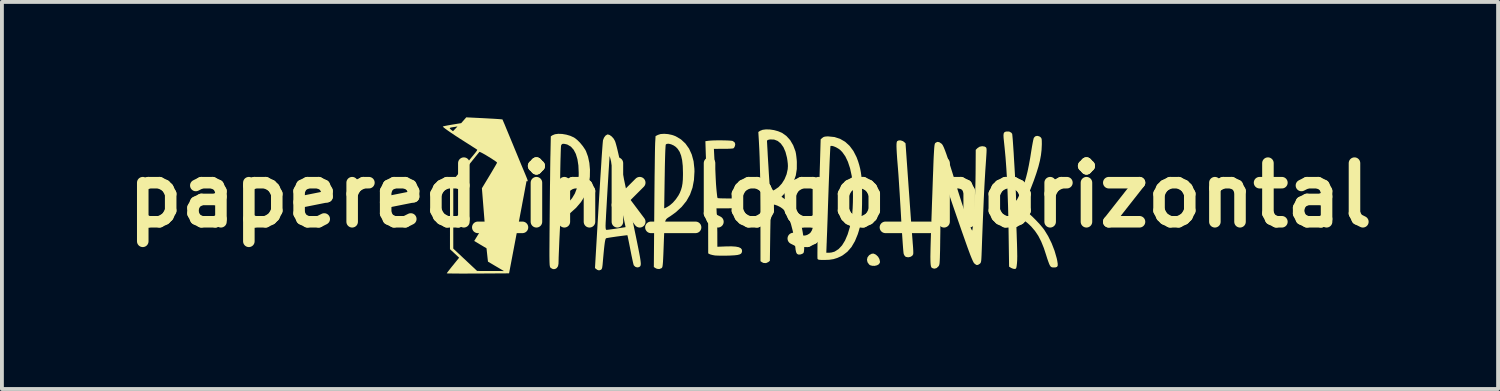
<source format=kicad_pcb>
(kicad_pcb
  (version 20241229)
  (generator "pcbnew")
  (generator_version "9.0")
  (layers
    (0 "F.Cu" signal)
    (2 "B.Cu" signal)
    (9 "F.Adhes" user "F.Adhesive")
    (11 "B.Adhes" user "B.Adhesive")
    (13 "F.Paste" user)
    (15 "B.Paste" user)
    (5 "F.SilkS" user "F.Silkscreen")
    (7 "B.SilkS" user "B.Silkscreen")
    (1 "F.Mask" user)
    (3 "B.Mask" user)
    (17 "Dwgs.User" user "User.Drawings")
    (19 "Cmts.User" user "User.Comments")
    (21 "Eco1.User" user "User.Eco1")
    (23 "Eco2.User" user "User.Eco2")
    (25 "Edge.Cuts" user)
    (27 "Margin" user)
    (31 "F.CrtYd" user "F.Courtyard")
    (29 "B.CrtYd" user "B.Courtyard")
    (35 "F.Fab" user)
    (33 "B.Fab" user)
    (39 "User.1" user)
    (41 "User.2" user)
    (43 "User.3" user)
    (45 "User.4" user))
  (footprint "papered_ink_logo_horizontal"
    (layer "F.Cu")
    (at 16.445 2.025)
    (property "Reference" "papered_ink_logo_horizontal" (at 0 0 0) (layer "F.SilkS") (effects (font (size 1.524 1.524) (thickness 0.3))))
    (attr through_hole)
    (fp_poly (pts (xy 3.257 1.536) (xy 3.28 1.551) (xy 3.329 1.598) (xy 3.363 1.659) (xy 3.378 1.722) (xy 3.375 1.755) (xy 3.349 1.793) (xy 3.301 1.821) (xy 3.24 1.835) (xy 3.177 1.834) (xy 3.12 1.818) (xy 3.096 1.8) (xy 3.054 1.742) (xy 3.04 1.677) (xy 3.054 1.613) (xy 3.095 1.56) (xy 3.107 1.551) (xy 3.162 1.521) (xy 3.208 1.516)) (stroke (width 0) (type solid)) (fill yes) (layer "F.SilkS"))
    (fp_poly (pts (xy 3.919 -1.425) (xy 3.973 -1.407) (xy 3.999 -1.389) (xy 4.042 -1.351) (xy 4.128 -0.136) (xy 4.143 0.07) (xy 4.157 0.271) (xy 4.171 0.464) (xy 4.184 0.645) (xy 4.196 0.811) (xy 4.207 0.958) (xy 4.217 1.084) (xy 4.225 1.184) (xy 4.23 1.256) (xy 4.233 1.286) (xy 4.239 1.37) (xy 4.243 1.445) (xy 4.244 1.502) (xy 4.241 1.534) (xy 4.216 1.574) (xy 4.168 1.602) (xy 4.111 1.613) (xy 4.055 1.603) (xy 4.041 1.596) (xy 4.016 1.569) (xy 3.995 1.527) (xy 3.995 1.525) (xy 3.99 1.498) (xy 3.984 1.44) (xy 3.977 1.355) (xy 3.969 1.246) (xy 3.96 1.116) (xy 3.95 0.97) (xy 3.94 0.809) (xy 3.93 0.637) (xy 3.925 0.544) (xy 3.914 0.354) (xy 3.902 0.161) (xy 3.891 -0.029) (xy 3.879 -0.211) (xy 3.868 -0.381) (xy 3.858 -0.533) (xy 3.848 -0.662) (xy 3.84 -0.763) (xy 3.839 -0.776) (xy 3.825 -0.944) (xy 3.816 -1.081) (xy 3.81 -1.19) (xy 3.807 -1.273) (xy 3.808 -1.335) (xy 3.813 -1.376) (xy 3.822 -1.401) (xy 3.826 -1.407) (xy 3.866 -1.425)) (stroke (width 0) (type solid)) (fill yes) (layer "F.SilkS"))
    (fp_poly (pts (xy -2.128 -1.589) (xy -2.025 -1.567) (xy -1.932 -1.533) (xy -1.794 -1.451) (xy -1.678 -1.343) (xy -1.584 -1.211) (xy -1.514 -1.057) (xy -1.467 -0.883) (xy -1.446 -0.689) (xy -1.444 -0.619) (xy -1.457 -0.397) (xy -1.495 -0.197) (xy -1.56 -0.015) (xy -1.653 0.15) (xy -1.776 0.302) (xy -1.929 0.442) (xy -2.075 0.547) (xy -2.112 0.57) (xy -2.142 0.59) (xy -2.166 0.61) (xy -2.185 0.633) (xy -2.199 0.664) (xy -2.21 0.705) (xy -2.218 0.76) (xy -2.224 0.834) (xy -2.229 0.929) (xy -2.234 1.05) (xy -2.24 1.2) (xy -2.242 1.257) (xy -2.248 1.418) (xy -2.253 1.547) (xy -2.258 1.65) (xy -2.262 1.729) (xy -2.267 1.788) (xy -2.272 1.829) (xy -2.277 1.858) (xy -2.284 1.876) (xy -2.292 1.887) (xy -2.301 1.896) (xy -2.303 1.897) (xy -2.358 1.918) (xy -2.419 1.912) (xy -2.461 1.892) (xy -2.5 1.865) (xy -2.488 0.351) (xy -2.488 0.341) (xy -2.231 0.341) (xy -2.195 0.327) (xy -2.162 0.31) (xy -2.114 0.281) (xy -2.084 0.261) (xy -2.004 0.192) (xy -1.926 0.102) (xy -1.86 0.005) (xy -1.826 -0.059) (xy -1.793 -0.141) (xy -1.77 -0.221) (xy -1.755 -0.306) (xy -1.746 -0.406) (xy -1.743 -0.527) (xy -1.743 -0.586) (xy -1.748 -0.762) (xy -1.764 -0.909) (xy -1.791 -1.029) (xy -1.829 -1.128) (xy -1.881 -1.207) (xy -1.927 -1.254) (xy -1.986 -1.295) (xy -2.051 -1.324) (xy -2.112 -1.339) (xy -2.162 -1.336) (xy -2.188 -1.321) (xy -2.193 -1.299) (xy -2.197 -1.244) (xy -2.202 -1.157) (xy -2.206 -1.041) (xy -2.21 -0.896) (xy -2.214 -0.724) (xy -2.217 -0.526) (xy -2.218 -0.48) (xy -2.231 0.341) (xy -2.488 0.341) (xy -2.486 0.122) (xy -2.484 -0.101) (xy -2.482 -0.314) (xy -2.48 -0.516) (xy -2.477 -0.702) (xy -2.475 -0.872) (xy -2.473 -1.02) (xy -2.471 -1.146) (xy -2.469 -1.246) (xy -2.467 -1.316) (xy -2.466 -1.351) (xy -2.455 -1.538) (xy -2.396 -1.568) (xy -2.324 -1.591) (xy -2.231 -1.597)) (stroke (width 0) (type solid)) (fill yes) (layer "F.SilkS"))
    (fp_poly (pts (xy -0.666 -1.426) (xy -0.58 -1.423) (xy -0.511 -1.419) (xy -0.464 -1.414) (xy -0.452 -1.411) (xy -0.403 -1.378) (xy -0.384 -1.33) (xy -0.392 -1.28) (xy -0.411 -1.241) (xy -0.43 -1.22) (xy -0.454 -1.215) (xy -0.504 -1.211) (xy -0.576 -1.208) (xy -0.661 -1.207) (xy -0.695 -1.207) (xy -0.939 -1.206) (xy -0.928 -0.99) (xy -0.918 -0.802) (xy -0.907 -0.625) (xy -0.897 -0.462) (xy -0.886 -0.315) (xy -0.876 -0.187) (xy -0.866 -0.082) (xy -0.857 -0.001) (xy -0.85 0.051) (xy -0.843 0.072) (xy -0.843 0.072) (xy -0.82 0.077) (xy -0.77 0.08) (xy -0.698 0.082) (xy -0.613 0.083) (xy -0.576 0.083) (xy -0.467 0.083) (xy -0.386 0.086) (xy -0.328 0.093) (xy -0.288 0.106) (xy -0.259 0.126) (xy -0.238 0.155) (xy -0.228 0.172) (xy -0.21 0.232) (xy -0.219 0.284) (xy -0.255 0.319) (xy -0.265 0.323) (xy -0.296 0.329) (xy -0.354 0.334) (xy -0.433 0.337) (xy -0.526 0.339) (xy -0.59 0.34) (xy -0.872 0.34) (xy -0.861 0.582) (xy -0.856 0.695) (xy -0.853 0.827) (xy -0.85 0.96) (xy -0.85 1.079) (xy -0.85 1.082) (xy -0.849 1.339) (xy -0.624 1.33) (xy -0.483 1.328) (xy -0.372 1.335) (xy -0.291 1.351) (xy -0.238 1.378) (xy -0.211 1.415) (xy -0.207 1.457) (xy -0.216 1.492) (xy -0.235 1.519) (xy -0.27 1.538) (xy -0.324 1.552) (xy -0.402 1.561) (xy -0.507 1.567) (xy -0.561 1.569) (xy -0.661 1.571) (xy -0.757 1.571) (xy -0.84 1.569) (xy -0.902 1.566) (xy -0.918 1.564) (xy -0.978 1.553) (xy -1.029 1.539) (xy -1.05 1.531) (xy -1.087 1.511) (xy -1.088 0.853) (xy -1.089 0.682) (xy -1.091 0.501) (xy -1.094 0.318) (xy -1.098 0.139) (xy -1.103 -0.026) (xy -1.109 -0.17) (xy -1.113 -0.251) (xy -1.12 -0.397) (xy -1.128 -0.556) (xy -1.135 -0.717) (xy -1.142 -0.87) (xy -1.147 -1.004) (xy -1.149 -1.051) (xy -1.16 -1.405) (xy -1.079 -1.416) (xy -1.023 -1.421) (xy -0.946 -1.425) (xy -0.856 -1.427) (xy -0.76 -1.427)) (stroke (width 0) (type solid)) (fill yes) (layer "F.SilkS"))
    (fp_poly (pts (xy -4.881 -1.593) (xy -4.775 -1.575) (xy -4.672 -1.545) (xy -4.58 -1.503) (xy -4.575 -1.501) (xy -4.5 -1.445) (xy -4.421 -1.368) (xy -4.347 -1.278) (xy -4.285 -1.186) (xy -4.264 -1.147) (xy -4.211 -1.003) (xy -4.176 -0.84) (xy -4.16 -0.663) (xy -4.163 -0.482) (xy -4.184 -0.305) (xy -4.224 -0.144) (xy -4.294 0.019) (xy -4.394 0.178) (xy -4.521 0.327) (xy -4.672 0.462) (xy -4.783 0.543) (xy -4.919 0.632) (xy -4.931 0.728) (xy -4.934 0.767) (xy -4.939 0.835) (xy -4.944 0.925) (xy -4.949 1.032) (xy -4.955 1.15) (xy -4.96 1.274) (xy -4.965 1.397) (xy -4.97 1.514) (xy -4.974 1.62) (xy -4.976 1.708) (xy -4.978 1.773) (xy -4.978 1.78) (xy -4.991 1.845) (xy -5.024 1.893) (xy -5.07 1.919) (xy -5.123 1.92) (xy -5.175 1.892) (xy -5.183 1.885) (xy -5.19 1.878) (xy -5.195 1.869) (xy -5.2 1.856) (xy -5.204 1.837) (xy -5.208 1.809) (xy -5.21 1.77) (xy -5.212 1.717) (xy -5.213 1.649) (xy -5.214 1.561) (xy -5.214 1.453) (xy -5.213 1.322) (xy -5.212 1.165) (xy -5.211 0.98) (xy -5.209 0.765) (xy -5.208 0.657) (xy -5.206 0.442) (xy -5.205 0.339) (xy -4.948 0.339) (xy -4.891 0.32) (xy -4.853 0.299) (xy -4.801 0.26) (xy -4.744 0.21) (xy -4.722 0.188) (xy -4.625 0.076) (xy -4.552 -0.046) (xy -4.5 -0.183) (xy -4.468 -0.34) (xy -4.453 -0.52) (xy -4.453 -0.586) (xy -4.461 -0.773) (xy -4.486 -0.936) (xy -4.527 -1.073) (xy -4.584 -1.182) (xy -4.656 -1.263) (xy -4.743 -1.315) (xy -4.774 -1.325) (xy -4.839 -1.338) (xy -4.88 -1.334) (xy -4.903 -1.311) (xy -4.911 -1.29) (xy -4.914 -1.264) (xy -4.917 -1.208) (xy -4.92 -1.125) (xy -4.923 -1.019) (xy -4.927 -0.893) (xy -4.93 -0.751) (xy -4.933 -0.597) (xy -4.935 -0.453) (xy -4.948 0.339) (xy -5.205 0.339) (xy -5.204 0.224) (xy -5.202 0.008) (xy -5.2 -0.202) (xy -5.197 -0.402) (xy -5.195 -0.587) (xy -5.193 -0.753) (xy -5.191 -0.894) (xy -5.189 -1.008) (xy -5.188 -1.033) (xy -5.178 -1.531) (xy -5.134 -1.56) (xy -5.069 -1.586) (xy -4.981 -1.597)) (stroke (width 0) (type solid)) (fill yes) (layer "F.SilkS"))
    (fp_poly (pts (xy 2.196 -1.513) (xy 2.341 -1.466) (xy 2.472 -1.39) (xy 2.588 -1.284) (xy 2.687 -1.151) (xy 2.769 -0.991) (xy 2.809 -0.883) (xy 2.839 -0.785) (xy 2.863 -0.691) (xy 2.881 -0.596) (xy 2.895 -0.496) (xy 2.904 -0.383) (xy 2.91 -0.253) (xy 2.913 -0.099) (xy 2.913 0.051) (xy 2.912 0.232) (xy 2.908 0.384) (xy 2.902 0.514) (xy 2.891 0.626) (xy 2.876 0.727) (xy 2.857 0.822) (xy 2.831 0.916) (xy 2.802 1.01) (xy 2.727 1.193) (xy 2.637 1.346) (xy 2.53 1.469) (xy 2.408 1.562) (xy 2.377 1.579) (xy 2.273 1.628) (xy 2.171 1.66) (xy 2.061 1.677) (xy 1.932 1.682) (xy 1.853 1.681) (xy 1.802 1.678) (xy 1.772 1.671) (xy 1.758 1.659) (xy 1.755 1.655) (xy 1.753 1.631) (xy 1.752 1.576) (xy 1.752 1.495) (xy 1.752 1.495) (xy 1.983 1.495) (xy 2.057 1.495) (xy 2.122 1.487) (xy 2.19 1.468) (xy 2.204 1.462) (xy 2.303 1.398) (xy 2.392 1.303) (xy 2.47 1.176) (xy 2.538 1.017) (xy 2.595 0.827) (xy 2.64 0.607) (xy 2.644 0.586) (xy 2.658 0.471) (xy 2.668 0.334) (xy 2.674 0.182) (xy 2.676 0.023) (xy 2.674 -0.134) (xy 2.667 -0.282) (xy 2.656 -0.411) (xy 2.644 -0.501) (xy 2.6 -0.702) (xy 2.544 -0.871) (xy 2.477 -1.011) (xy 2.398 -1.122) (xy 2.348 -1.173) (xy 2.296 -1.212) (xy 2.238 -1.245) (xy 2.18 -1.27) (xy 2.131 -1.283) (xy 2.098 -1.282) (xy 2.091 -1.277) (xy 2.089 -1.257) (xy 2.085 -1.206) (xy 2.081 -1.127) (xy 2.076 -1.023) (xy 2.07 -0.896) (xy 2.064 -0.749) (xy 2.058 -0.585) (xy 2.051 -0.408) (xy 2.044 -0.219) (xy 2.041 -0.132) (xy 2.034 0.069) (xy 2.027 0.266) (xy 2.021 0.455) (xy 2.015 0.634) (xy 2.009 0.798) (xy 2.004 0.944) (xy 1.999 1.067) (xy 1.995 1.165) (xy 1.993 1.234) (xy 1.992 1.245) (xy 1.983 1.495) (xy 1.752 1.495) (xy 1.753 1.391) (xy 1.754 1.267) (xy 1.757 1.127) (xy 1.76 0.974) (xy 1.764 0.813) (xy 1.769 0.646) (xy 1.775 0.478) (xy 1.78 0.311) (xy 1.784 0.204) (xy 1.789 0.088) (xy 1.794 -0.055) (xy 1.799 -0.216) (xy 1.805 -0.388) (xy 1.81 -0.564) (xy 1.815 -0.735) (xy 1.818 -0.824) (xy 1.836 -1.453) (xy 1.879 -1.491) (xy 1.909 -1.512) (xy 1.946 -1.524) (xy 2 -1.529) (xy 2.038 -1.529)) (stroke (width 0) (type solid)) (fill yes) (layer "F.SilkS"))
    (fp_poly (pts (xy 0.517 -1.709) (xy 0.625 -1.693) (xy 0.73 -1.664) (xy 0.826 -1.624) (xy 0.836 -1.619) (xy 0.947 -1.539) (xy 1.044 -1.432) (xy 1.122 -1.299) (xy 1.18 -1.145) (xy 1.183 -1.133) (xy 1.195 -1.077) (xy 1.205 -1) (xy 1.214 -0.914) (xy 1.217 -0.866) (xy 1.216 -0.68) (xy 1.19 -0.515) (xy 1.138 -0.366) (xy 1.059 -0.229) (xy 0.95 -0.099) (xy 0.939 -0.088) (xy 0.888 -0.036) (xy 0.848 0.006) (xy 0.824 0.033) (xy 0.819 0.041) (xy 0.96 0.14) (xy 1.079 0.257) (xy 1.177 0.394) (xy 1.258 0.556) (xy 1.322 0.746) (xy 1.324 0.752) (xy 1.349 0.853) (xy 1.37 0.963) (xy 1.387 1.078) (xy 1.399 1.19) (xy 1.406 1.294) (xy 1.408 1.383) (xy 1.403 1.453) (xy 1.392 1.496) (xy 1.389 1.501) (xy 1.358 1.523) (xy 1.312 1.539) (xy 1.307 1.54) (xy 1.256 1.541) (xy 1.221 1.523) (xy 1.199 1.482) (xy 1.184 1.412) (xy 1.181 1.381) (xy 1.151 1.144) (xy 1.112 0.932) (xy 1.064 0.747) (xy 1.007 0.59) (xy 0.942 0.463) (xy 0.891 0.393) (xy 0.842 0.346) (xy 0.78 0.304) (xy 0.714 0.271) (xy 0.65 0.248) (xy 0.596 0.24) (xy 0.559 0.249) (xy 0.55 0.258) (xy 0.547 0.279) (xy 0.544 0.331) (xy 0.54 0.409) (xy 0.537 0.51) (xy 0.533 0.631) (xy 0.53 0.767) (xy 0.527 0.916) (xy 0.526 0.992) (xy 0.516 1.704) (xy 0.477 1.736) (xy 0.418 1.763) (xy 0.354 1.761) (xy 0.31 1.741) (xy 0.272 1.714) (xy 0.271 0.64) (xy 0.271 0.303) (xy 0.269 -0.003) (xy 0.266 -0.282) (xy 0.262 -0.536) (xy 0.256 -0.769) (xy 0.25 -0.985) (xy 0.242 -1.185) (xy 0.232 -1.375) (xy 0.23 -1.412) (xy 0.441 -1.412) (xy 0.442 -1.389) (xy 0.445 -1.337) (xy 0.449 -1.258) (xy 0.455 -1.157) (xy 0.461 -1.038) (xy 0.469 -0.904) (xy 0.478 -0.76) (xy 0.479 -0.743) (xy 0.489 -0.572) (xy 0.498 -0.432) (xy 0.506 -0.32) (xy 0.513 -0.235) (xy 0.52 -0.173) (xy 0.526 -0.132) (xy 0.533 -0.109) (xy 0.539 -0.102) (xy 0.539 -0.102) (xy 0.566 -0.109) (xy 0.611 -0.128) (xy 0.644 -0.144) (xy 0.742 -0.211) (xy 0.828 -0.305) (xy 0.899 -0.419) (xy 0.951 -0.546) (xy 0.98 -0.679) (xy 0.985 -0.759) (xy 0.982 -0.821) (xy 0.973 -0.899) (xy 0.961 -0.976) (xy 0.922 -1.126) (xy 0.868 -1.25) (xy 0.8 -1.345) (xy 0.72 -1.411) (xy 0.628 -1.447) (xy 0.526 -1.451) (xy 0.516 -1.45) (xy 0.464 -1.438) (xy 0.443 -1.42) (xy 0.441 -1.412) (xy 0.23 -1.412) (xy 0.228 -1.446) (xy 0.216 -1.644) (xy 0.263 -1.675) (xy 0.328 -1.701) (xy 0.416 -1.712)) (stroke (width 0) (type solid)) (fill yes) (layer "F.SilkS"))
    (fp_poly (pts (xy 6.736 -1.656) (xy 6.79 -1.627) (xy 6.814 -1.596) (xy 6.817 -1.574) (xy 6.822 -1.523) (xy 6.829 -1.445) (xy 6.836 -1.346) (xy 6.844 -1.228) (xy 6.853 -1.096) (xy 6.861 -0.954) (xy 6.87 -0.805) (xy 6.879 -0.654) (xy 6.888 -0.505) (xy 6.895 -0.361) (xy 6.902 -0.227) (xy 6.908 -0.106) (xy 6.912 -0.002) (xy 6.915 0.08) (xy 6.915 0.102) (xy 6.917 0.131) (xy 6.921 0.14) (xy 6.933 0.127) (xy 6.954 0.088) (xy 6.973 0.051) (xy 7.034 -0.075) (xy 7.087 -0.199) (xy 7.134 -0.326) (xy 7.175 -0.463) (xy 7.213 -0.613) (xy 7.248 -0.782) (xy 7.283 -0.975) (xy 7.314 -1.17) (xy 7.33 -1.267) (xy 7.346 -1.355) (xy 7.36 -1.427) (xy 7.372 -1.476) (xy 7.378 -1.493) (xy 7.412 -1.53) (xy 7.462 -1.544) (xy 7.516 -1.532) (xy 7.545 -1.514) (xy 7.563 -1.497) (xy 7.575 -1.477) (xy 7.582 -1.447) (xy 7.584 -1.399) (xy 7.585 -1.327) (xy 7.584 -1.305) (xy 7.578 -1.176) (xy 7.562 -1.041) (xy 7.535 -0.898) (xy 7.496 -0.743) (xy 7.443 -0.572) (xy 7.377 -0.382) (xy 7.295 -0.169) (xy 7.21 0.04) (xy 7.171 0.134) (xy 7.138 0.217) (xy 7.111 0.283) (xy 7.094 0.328) (xy 7.088 0.347) (xy 7.088 0.347) (xy 7.16 0.399) (xy 7.246 0.471) (xy 7.34 0.557) (xy 7.435 0.652) (xy 7.524 0.747) (xy 7.601 0.838) (xy 7.649 0.9) (xy 7.749 1.063) (xy 7.84 1.248) (xy 7.916 1.444) (xy 7.972 1.639) (xy 7.986 1.705) (xy 7.998 1.782) (xy 7.997 1.833) (xy 7.978 1.862) (xy 7.941 1.875) (xy 7.899 1.877) (xy 7.85 1.874) (xy 7.82 1.859) (xy 7.795 1.825) (xy 7.793 1.822) (xy 7.775 1.783) (xy 7.752 1.721) (xy 7.725 1.644) (xy 7.702 1.57) (xy 7.637 1.371) (xy 7.568 1.201) (xy 7.493 1.055) (xy 7.408 0.929) (xy 7.312 0.816) (xy 7.258 0.763) (xy 7.205 0.716) (xy 7.144 0.668) (xy 7.079 0.622) (xy 7.018 0.581) (xy 6.967 0.551) (xy 6.932 0.535) (xy 6.919 0.534) (xy 6.918 0.552) (xy 6.918 0.6) (xy 6.92 0.674) (xy 6.922 0.769) (xy 6.926 0.882) (xy 6.931 1.008) (xy 6.933 1.082) (xy 6.94 1.281) (xy 6.944 1.45) (xy 6.946 1.588) (xy 6.944 1.694) (xy 6.939 1.767) (xy 6.931 1.837) (xy 6.923 1.88) (xy 6.913 1.903) (xy 6.898 1.913) (xy 6.881 1.916) (xy 6.838 1.91) (xy 6.789 1.89) (xy 6.786 1.888) (xy 6.734 1.856) (xy 6.722 1.034) (xy 6.716 0.629) (xy 6.706 0.255) (xy 6.694 -0.09) (xy 6.68 -0.409) (xy 6.662 -0.704) (xy 6.642 -0.977) (xy 6.618 -1.232) (xy 6.601 -1.393) (xy 6.591 -1.49) (xy 6.588 -1.558) (xy 6.593 -1.604) (xy 6.608 -1.633) (xy 6.634 -1.649) (xy 6.667 -1.657)) (stroke (width 0) (type solid)) (fill yes) (layer "F.SilkS"))
    (fp_poly (pts (xy -3.649 -1.566) (xy -3.597 -1.529) (xy -3.549 -1.477) (xy -3.514 -1.417) (xy -3.51 -1.409) (xy -3.498 -1.376) (xy -3.484 -1.329) (xy -3.467 -1.266) (xy -3.447 -1.186) (xy -3.424 -1.088) (xy -3.397 -0.97) (xy -3.366 -0.83) (xy -3.33 -0.668) (xy -3.29 -0.481) (xy -3.245 -0.268) (xy -3.194 -0.027) (xy -3.138 0.242) (xy -3.076 0.541) (xy -3.008 0.871) (xy -2.966 1.073) (xy -2.931 1.244) (xy -2.902 1.388) (xy -2.879 1.506) (xy -2.861 1.602) (xy -2.849 1.678) (xy -2.842 1.736) (xy -2.839 1.779) (xy -2.841 1.81) (xy -2.847 1.832) (xy -2.856 1.847) (xy -2.869 1.858) (xy -2.885 1.867) (xy -2.888 1.869) (xy -2.934 1.876) (xy -2.982 1.86) (xy -3.019 1.824) (xy -3.024 1.814) (xy -3.032 1.786) (xy -3.045 1.731) (xy -3.062 1.653) (xy -3.082 1.558) (xy -3.103 1.451) (xy -3.111 1.41) (xy -3.132 1.303) (xy -3.151 1.208) (xy -3.167 1.13) (xy -3.179 1.073) (xy -3.186 1.043) (xy -3.187 1.039) (xy -3.204 1.04) (xy -3.248 1.045) (xy -3.311 1.053) (xy -3.388 1.063) (xy -3.471 1.074) (xy -3.553 1.086) (xy -3.628 1.097) (xy -3.688 1.107) (xy -3.727 1.114) (xy -3.731 1.115) (xy -3.742 1.12) (xy -3.751 1.131) (xy -3.759 1.152) (xy -3.767 1.185) (xy -3.775 1.233) (xy -3.784 1.3) (xy -3.794 1.389) (xy -3.805 1.502) (xy -3.818 1.643) (xy -3.833 1.814) (xy -3.842 1.879) (xy -3.855 1.918) (xy -3.874 1.937) (xy -3.925 1.953) (xy -3.971 1.939) (xy -3.992 1.923) (xy -4.03 1.893) (xy -3.965 0.792) (xy -3.755 0.792) (xy -3.753 0.854) (xy -3.746 0.888) (xy -3.734 0.9) (xy -3.73 0.9) (xy -3.705 0.898) (xy -3.653 0.892) (xy -3.582 0.882) (xy -3.497 0.87) (xy -3.472 0.866) (xy -3.388 0.853) (xy -3.316 0.842) (xy -3.264 0.834) (xy -3.237 0.829) (xy -3.235 0.828) (xy -3.238 0.811) (xy -3.248 0.764) (xy -3.264 0.69) (xy -3.285 0.591) (xy -3.311 0.472) (xy -3.341 0.334) (xy -3.374 0.18) (xy -3.411 0.014) (xy -3.438 -0.11) (xy -3.476 -0.281) (xy -3.512 -0.442) (xy -3.545 -0.589) (xy -3.575 -0.719) (xy -3.6 -0.829) (xy -3.621 -0.917) (xy -3.637 -0.979) (xy -3.646 -1.013) (xy -3.648 -1.019) (xy -3.651 -0.993) (xy -3.655 -0.937) (xy -3.661 -0.855) (xy -3.667 -0.751) (xy -3.675 -0.629) (xy -3.683 -0.492) (xy -3.692 -0.346) (xy -3.701 -0.194) (xy -3.71 -0.04) (xy -3.719 0.113) (xy -3.727 0.26) (xy -3.735 0.396) (xy -3.742 0.52) (xy -3.747 0.625) (xy -3.752 0.709) (xy -3.754 0.767) (xy -3.755 0.792) (xy -3.965 0.792) (xy -3.934 0.263) (xy -3.92 0.029) (xy -3.906 -0.196) (xy -3.893 -0.409) (xy -3.88 -0.609) (xy -3.868 -0.793) (xy -3.858 -0.959) (xy -3.848 -1.104) (xy -3.839 -1.225) (xy -3.832 -1.32) (xy -3.826 -1.388) (xy -3.822 -1.424) (xy -3.822 -1.429) (xy -3.795 -1.497) (xy -3.757 -1.549) (xy -3.713 -1.577) (xy -3.695 -1.58)) (stroke (width 0) (type solid)) (fill yes) (layer "F.SilkS"))
    (fp_poly (pts (xy -6.908 -2.002) (xy -6.785 -1.995) (xy -6.674 -1.989) (xy -6.58 -1.983) (xy -6.505 -1.978) (xy -6.455 -1.973) (xy -6.435 -1.97) (xy -6.434 -1.97) (xy -6.427 -1.953) (xy -6.408 -1.908) (xy -6.378 -1.839) (xy -6.341 -1.748) (xy -6.296 -1.64) (xy -6.245 -1.517) (xy -6.19 -1.384) (xy -6.176 -1.351) (xy -6.117 -1.207) (xy -6.058 -1.065) (xy -6.003 -0.931) (xy -5.953 -0.81) (xy -5.909 -0.705) (xy -5.874 -0.622) (xy -5.851 -0.566) (xy -5.85 -0.565) (xy -5.814 -0.477) (xy -5.79 -0.416) (xy -5.779 -0.379) (xy -5.78 -0.363) (xy -5.791 -0.364) (xy -5.794 -0.365) (xy -5.81 -0.366) (xy -5.811 -0.362) (xy -5.814 -0.343) (xy -5.823 -0.294) (xy -5.838 -0.217) (xy -5.857 -0.114) (xy -5.88 0.011) (xy -5.908 0.156) (xy -5.938 0.318) (xy -5.972 0.495) (xy -6.007 0.684) (xy -6.037 0.841) (xy -6.263 2.03) (xy -7.073 2.035) (xy -7.235 2.035) (xy -7.387 2.036) (xy -7.524 2.036) (xy -7.644 2.035) (xy -7.743 2.034) (xy -7.818 2.033) (xy -7.866 2.032) (xy -7.883 2.03) (xy -7.883 2.03) (xy -7.873 2.014) (xy -7.845 1.977) (xy -7.803 1.923) (xy -7.751 1.857) (xy -7.722 1.822) (xy -7.561 1.623) (xy -7.68 1.512) (xy -7.799 1.402) (xy -7.798 -0.285) (xy -7.713 -0.285) (xy -7.713 1.387) (xy -7.093 1.968) (xy -6.745 1.969) (xy -6.397 1.97) (xy -6.811 1.726) (xy -6.82 1.649) (xy -6.827 1.585) (xy -6.835 1.51) (xy -6.839 1.475) (xy -6.849 1.379) (xy -7.009 1.284) (xy -7.169 1.188) (xy -7.032 0.966) (xy -6.895 0.743) (xy -6.969 -0.182) (xy -6.772 -0.508) (xy -6.715 -0.603) (xy -6.665 -0.688) (xy -6.623 -0.759) (xy -6.593 -0.812) (xy -6.577 -0.842) (xy -6.575 -0.848) (xy -6.589 -0.863) (xy -6.626 -0.891) (xy -6.68 -0.927) (xy -6.745 -0.969) (xy -6.815 -1.012) (xy -6.884 -1.054) (xy -6.947 -1.089) (xy -6.997 -1.115) (xy -7.027 -1.127) (xy -7.034 -1.127) (xy -7.047 -1.111) (xy -7.08 -1.071) (xy -7.128 -1.012) (xy -7.189 -0.936) (xy -7.261 -0.847) (xy -7.341 -0.748) (xy -7.381 -0.699) (xy -7.713 -0.285) (xy -7.798 -0.285) (xy -7.798 -0.288) (xy -7.515 -0.641) (xy -7.435 -0.741) (xy -7.358 -0.837) (xy -7.287 -0.924) (xy -7.227 -0.998) (xy -7.181 -1.054) (xy -7.156 -1.084) (xy -7.12 -1.13) (xy -7.096 -1.165) (xy -7.09 -1.183) (xy -7.09 -1.183) (xy -7.106 -1.194) (xy -7.147 -1.221) (xy -7.209 -1.26) (xy -7.286 -1.31) (xy -7.375 -1.366) (xy -7.419 -1.394) (xy -7.548 -1.476) (xy -7.666 -1.553) (xy -7.769 -1.622) (xy -7.856 -1.682) (xy -7.922 -1.73) (xy -7.94 -1.744) (xy -7.806 -1.744) (xy -7.798 -1.728) (xy -7.773 -1.706) (xy -7.772 -1.705) (xy -7.74 -1.68) (xy -7.722 -1.666) (xy -7.721 -1.665) (xy -7.71 -1.676) (xy -7.683 -1.704) (xy -7.662 -1.726) (xy -7.603 -1.788) (xy -7.679 -1.776) (xy -7.75 -1.765) (xy -7.791 -1.755) (xy -7.806 -1.744) (xy -7.94 -1.744) (xy -7.966 -1.765) (xy -7.985 -1.784) (xy -7.985 -1.786) (xy -7.969 -1.792) (xy -7.926 -1.802) (xy -7.861 -1.815) (xy -7.78 -1.829) (xy -7.747 -1.835) (xy -7.508 -1.874) (xy -7.441 -1.95) (xy -7.375 -2.025)) (stroke (width 0) (type solid)) (fill yes) (layer "F.SilkS"))
    (fp_poly (pts (xy 4.918 -1.38) (xy 4.978 -1.34) (xy 4.99 -1.328) (xy 5.01 -1.299) (xy 5.036 -1.246) (xy 5.068 -1.167) (xy 5.106 -1.062) (xy 5.151 -0.93) (xy 5.203 -0.768) (xy 5.263 -0.577) (xy 5.332 -0.353) (xy 5.343 -0.314) (xy 5.395 -0.145) (xy 5.448 0.022) (xy 5.5 0.184) (xy 5.551 0.336) (xy 5.599 0.477) (xy 5.643 0.604) (xy 5.683 0.713) (xy 5.717 0.802) (xy 5.745 0.867) (xy 5.765 0.906) (xy 5.776 0.916) (xy 5.777 0.915) (xy 5.781 0.891) (xy 5.788 0.84) (xy 5.795 0.766) (xy 5.803 0.675) (xy 5.809 0.586) (xy 5.817 0.464) (xy 5.826 0.333) (xy 5.835 0.203) (xy 5.843 0.089) (xy 5.846 0.042) (xy 5.85 -0.04) (xy 5.854 -0.148) (xy 5.858 -0.276) (xy 5.861 -0.416) (xy 5.863 -0.56) (xy 5.864 -0.688) (xy 5.867 -1.18) (xy 5.914 -1.227) (xy 5.969 -1.262) (xy 6.034 -1.275) (xy 6.097 -1.266) (xy 6.124 -1.251) (xy 6.136 -1.241) (xy 6.143 -1.227) (xy 6.148 -1.203) (xy 6.149 -1.166) (xy 6.147 -1.108) (xy 6.142 -1.027) (xy 6.136 -0.933) (xy 6.126 -0.784) (xy 6.116 -0.644) (xy 6.108 -0.506) (xy 6.1 -0.37) (xy 6.092 -0.23) (xy 6.085 -0.084) (xy 6.077 0.072) (xy 6.07 0.241) (xy 6.062 0.427) (xy 6.053 0.632) (xy 6.044 0.861) (xy 6.034 1.117) (xy 6.024 1.402) (xy 6.022 1.449) (xy 6.018 1.557) (xy 6.014 1.636) (xy 6.01 1.692) (xy 6.004 1.729) (xy 5.996 1.753) (xy 5.985 1.769) (xy 5.971 1.782) (xy 5.968 1.784) (xy 5.924 1.811) (xy 5.888 1.813) (xy 5.848 1.788) (xy 5.83 1.771) (xy 5.819 1.759) (xy 5.807 1.739) (xy 5.792 1.709) (xy 5.774 1.669) (xy 5.752 1.617) (xy 5.725 1.55) (xy 5.694 1.466) (xy 5.657 1.366) (xy 5.614 1.245) (xy 5.564 1.103) (xy 5.506 0.939) (xy 5.44 0.749) (xy 5.365 0.533) (xy 5.281 0.289) (xy 5.187 0.015) (xy 5.155 -0.076) (xy 4.963 -0.637) (xy 4.96 -0.272) (xy 4.959 -0.179) (xy 4.958 -0.057) (xy 4.957 0.088) (xy 4.955 0.251) (xy 4.953 0.427) (xy 4.951 0.61) (xy 4.948 0.795) (xy 4.947 0.946) (xy 4.944 1.138) (xy 4.942 1.3) (xy 4.94 1.433) (xy 4.937 1.541) (xy 4.935 1.626) (xy 4.932 1.692) (xy 4.929 1.742) (xy 4.925 1.779) (xy 4.92 1.804) (xy 4.914 1.822) (xy 4.907 1.836) (xy 4.901 1.845) (xy 4.85 1.893) (xy 4.796 1.908) (xy 4.762 1.902) (xy 4.747 1.896) (xy 4.734 1.891) (xy 4.723 1.883) (xy 4.713 1.871) (xy 4.705 1.852) (xy 4.699 1.825) (xy 4.694 1.788) (xy 4.691 1.738) (xy 4.689 1.674) (xy 4.688 1.593) (xy 4.69 1.494) (xy 4.692 1.374) (xy 4.696 1.231) (xy 4.701 1.064) (xy 4.707 0.87) (xy 4.715 0.648) (xy 4.724 0.394) (xy 4.729 0.233) (xy 4.739 -0.032) (xy 4.747 -0.265) (xy 4.754 -0.469) (xy 4.761 -0.645) (xy 4.766 -0.795) (xy 4.771 -0.922) (xy 4.776 -1.027) (xy 4.781 -1.114) (xy 4.785 -1.183) (xy 4.789 -1.236) (xy 4.793 -1.277) (xy 4.797 -1.307) (xy 4.802 -1.328) (xy 4.806 -1.343) (xy 4.812 -1.352) (xy 4.818 -1.359) (xy 4.82 -1.361) (xy 4.866 -1.387)) (stroke (width 0) (type solid)) (fill yes) (layer "F.SilkS")))
  (gr_rect
    (start -3 -3)
    (end 35.889 7.061)
    (stroke (width 0.1) (type default))
    (fill no)
    (layer "Edge.Cuts")))
</source>
